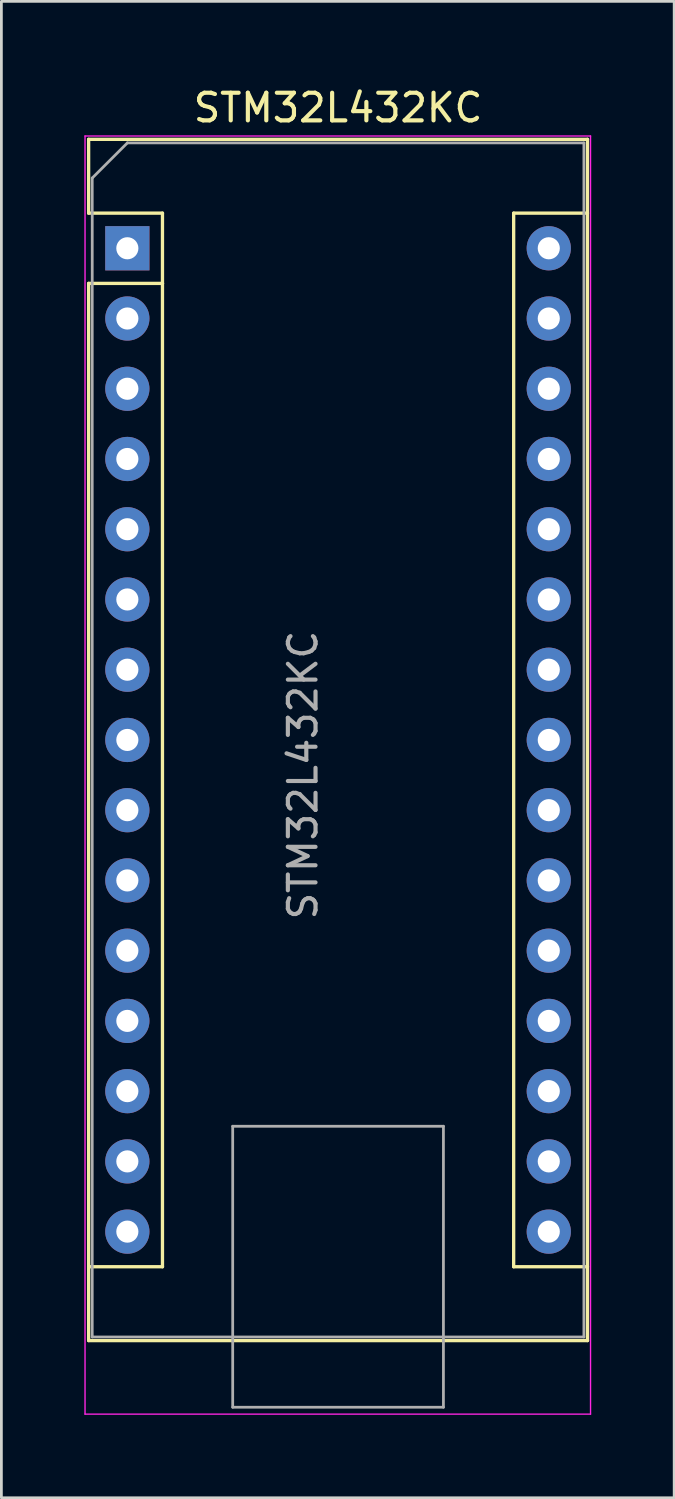
<source format=kicad_pcb>
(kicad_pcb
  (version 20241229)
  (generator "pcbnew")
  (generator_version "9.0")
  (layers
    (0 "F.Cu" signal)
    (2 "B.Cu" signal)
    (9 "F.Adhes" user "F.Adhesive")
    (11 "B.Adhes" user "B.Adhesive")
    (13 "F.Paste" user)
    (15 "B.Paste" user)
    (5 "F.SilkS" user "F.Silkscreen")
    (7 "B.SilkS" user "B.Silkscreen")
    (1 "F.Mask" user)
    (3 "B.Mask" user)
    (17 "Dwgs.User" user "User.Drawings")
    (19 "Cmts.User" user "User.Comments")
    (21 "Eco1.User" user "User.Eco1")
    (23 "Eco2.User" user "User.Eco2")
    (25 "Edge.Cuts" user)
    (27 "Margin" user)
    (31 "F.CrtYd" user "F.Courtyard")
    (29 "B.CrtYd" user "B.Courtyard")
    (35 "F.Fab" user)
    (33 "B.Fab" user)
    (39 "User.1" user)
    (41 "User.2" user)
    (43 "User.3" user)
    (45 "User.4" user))
  (footprint "STM32L432KC"
    (layer "F.Cu")
    (at 1.555 5.928)
    (property "Reference" "STM32L432KC" (at 7.62 -5.08 0) (layer "F.SilkS") (effects (font (size 1 1) (thickness 0.15))))
    (attr through_hole)
    (fp_line (start -1.4 -3.94) (end -1.4 -1.27) (stroke (width 0.12) (type solid)) (layer "F.SilkS"))
    (fp_line (start -1.4 1.27) (end -1.4 39.5) (stroke (width 0.12) (type solid)) (layer "F.SilkS"))
    (fp_line (start -1.4 39.5) (end 16.64 39.5) (stroke (width 0.12) (type solid)) (layer "F.SilkS"))
    (fp_line (start 1.27 -1.27) (end -1.4 -1.27) (stroke (width 0.12) (type solid)) (layer "F.SilkS"))
    (fp_line (start 1.27 1.27) (end -1.4 1.27) (stroke (width 0.12) (type solid)) (layer "F.SilkS"))
    (fp_line (start 1.27 1.27) (end 1.27 -1.27) (stroke (width 0.12) (type solid)) (layer "F.SilkS"))
    (fp_line (start 1.27 1.27) (end 1.27 36.83) (stroke (width 0.12) (type solid)) (layer "F.SilkS"))
    (fp_line (start 1.27 36.83) (end -1.4 36.83) (stroke (width 0.12) (type solid)) (layer "F.SilkS"))
    (fp_line (start 13.97 -1.27) (end 13.97 36.83) (stroke (width 0.12) (type solid)) (layer "F.SilkS"))
    (fp_line (start 13.97 -1.27) (end 16.64 -1.27) (stroke (width 0.12) (type solid)) (layer "F.SilkS"))
    (fp_line (start 13.97 36.83) (end 16.64 36.83) (stroke (width 0.12) (type solid)) (layer "F.SilkS"))
    (fp_line (start 16.64 -3.94) (end -1.4 -3.94) (stroke (width 0.12) (type solid)) (layer "F.SilkS"))
    (fp_line (start 16.64 39.5) (end 16.64 -3.94) (stroke (width 0.12) (type solid)) (layer "F.SilkS"))
    (fp_line (start -1.53 -4.06) (end -1.53 42.16) (stroke (width 0.05) (type solid)) (layer "F.CrtYd"))
    (fp_line (start -1.53 -4.06) (end 16.75 -4.06) (stroke (width 0.05) (type solid)) (layer "F.CrtYd"))
    (fp_line (start 16.75 42.16) (end -1.53 42.16) (stroke (width 0.05) (type solid)) (layer "F.CrtYd"))
    (fp_line (start 16.75 42.16) (end 16.75 -4.06) (stroke (width 0.05) (type solid)) (layer "F.CrtYd"))
    (fp_line (start -1.27 -2.54) (end 0 -3.81) (stroke (width 0.1) (type solid)) (layer "F.Fab"))
    (fp_line (start -1.27 39.37) (end -1.27 -2.54) (stroke (width 0.1) (type solid)) (layer "F.Fab"))
    (fp_line (start 0 -3.81) (end 16.51 -3.81) (stroke (width 0.1) (type solid)) (layer "F.Fab"))
    (fp_line (start 3.81 31.75) (end 11.43 31.75) (stroke (width 0.1) (type solid)) (layer "F.Fab"))
    (fp_line (start 3.81 41.91) (end 3.81 31.75) (stroke (width 0.1) (type solid)) (layer "F.Fab"))
    (fp_line (start 11.43 31.75) (end 11.43 41.91) (stroke (width 0.1) (type solid)) (layer "F.Fab"))
    (fp_line (start 11.43 41.91) (end 3.81 41.91) (stroke (width 0.1) (type solid)) (layer "F.Fab"))
    (fp_line (start 16.51 -3.81) (end 16.51 39.37) (stroke (width 0.1) (type solid)) (layer "F.Fab"))
    (fp_line (start 16.51 39.37) (end -1.27 39.37) (stroke (width 0.1) (type solid)) (layer "F.Fab"))
    (fp_text user "${REFERENCE}" (at 6.35 19.05 90) (layer "F.Fab") (effects (font (size 1 1) (thickness 0.15))))
    (pad "1" thru_hole rect (at 0 0) (size 1.6 1.6) (drill 0.8) (layers "*.Cu" "*.Mask"))
    (pad "2" thru_hole oval (at 0 2.54) (size 1.6 1.6) (drill 0.8) (layers "*.Cu" "*.Mask"))
    (pad "3" thru_hole oval (at 0 5.08) (size 1.6 1.6) (drill 0.8) (layers "*.Cu" "*.Mask"))
    (pad "4" thru_hole oval (at 0 7.62) (size 1.6 1.6) (drill 0.8) (layers "*.Cu" "*.Mask"))
    (pad "5" thru_hole oval (at 0 10.16) (size 1.6 1.6) (drill 0.8) (layers "*.Cu" "*.Mask"))
    (pad "6" thru_hole oval (at 0 12.7) (size 1.6 1.6) (drill 0.8) (layers "*.Cu" "*.Mask"))
    (pad "7" thru_hole oval (at 0 15.24) (size 1.6 1.6) (drill 0.8) (layers "*.Cu" "*.Mask"))
    (pad "8" thru_hole oval (at 0 17.78) (size 1.6 1.6) (drill 0.8) (layers "*.Cu" "*.Mask"))
    (pad "9" thru_hole oval (at 0 20.32) (size 1.6 1.6) (drill 0.8) (layers "*.Cu" "*.Mask"))
    (pad "10" thru_hole oval (at 0 22.86) (size 1.6 1.6) (drill 0.8) (layers "*.Cu" "*.Mask"))
    (pad "11" thru_hole oval (at 0 25.4) (size 1.6 1.6) (drill 0.8) (layers "*.Cu" "*.Mask"))
    (pad "12" thru_hole oval (at 0 27.94) (size 1.6 1.6) (drill 0.8) (layers "*.Cu" "*.Mask"))
    (pad "13" thru_hole oval (at 0 30.48) (size 1.6 1.6) (drill 0.8) (layers "*.Cu" "*.Mask"))
    (pad "14" thru_hole oval (at 0 33.02) (size 1.6 1.6) (drill 0.8) (layers "*.Cu" "*.Mask"))
    (pad "15" thru_hole oval (at 0 35.56) (size 1.6 1.6) (drill 0.8) (layers "*.Cu" "*.Mask"))
    (pad "16" thru_hole oval (at 15.24 0) (size 1.6 1.6) (drill 0.8) (layers "*.Cu" "*.Mask"))
    (pad "17" thru_hole oval (at 15.24 2.54) (size 1.6 1.6) (drill 0.8) (layers "*.Cu" "*.Mask"))
    (pad "18" thru_hole oval (at 15.24 5.08) (size 1.6 1.6) (drill 0.8) (layers "*.Cu" "*.Mask"))
    (pad "19" thru_hole oval (at 15.24 7.62) (size 1.6 1.6) (drill 0.8) (layers "*.Cu" "*.Mask"))
    (pad "20" thru_hole oval (at 15.24 10.16) (size 1.6 1.6) (drill 0.8) (layers "*.Cu" "*.Mask"))
    (pad "21" thru_hole oval (at 15.24 12.7) (size 1.6 1.6) (drill 0.8) (layers "*.Cu" "*.Mask"))
    (pad "22" thru_hole oval (at 15.24 15.24) (size 1.6 1.6) (drill 0.8) (layers "*.Cu" "*.Mask"))
    (pad "23" thru_hole oval (at 15.24 17.78) (size 1.6 1.6) (drill 0.8) (layers "*.Cu" "*.Mask"))
    (pad "24" thru_hole oval (at 15.24 20.32) (size 1.6 1.6) (drill 0.8) (layers "*.Cu" "*.Mask"))
    (pad "25" thru_hole oval (at 15.24 22.86) (size 1.6 1.6) (drill 0.8) (layers "*.Cu" "*.Mask"))
    (pad "26" thru_hole oval (at 15.24 25.4) (size 1.6 1.6) (drill 0.8) (layers "*.Cu" "*.Mask"))
    (pad "27" thru_hole oval (at 15.24 27.94) (size 1.6 1.6) (drill 0.8) (layers "*.Cu" "*.Mask"))
    (pad "28" thru_hole oval (at 15.24 30.48) (size 1.6 1.6) (drill 0.8) (layers "*.Cu" "*.Mask"))
    (pad "29" thru_hole oval (at 15.24 33.02) (size 1.6 1.6) (drill 0.8) (layers "*.Cu" "*.Mask"))
    (pad "30" thru_hole oval (at 15.24 35.56) (size 1.6 1.6) (drill 0.8) (layers "*.Cu" "*.Mask")))
  (gr_rect
    (start -3 -3)
    (end 21.33 51.113)
    (stroke (width 0.1) (type default))
    (fill no)
    (layer "Edge.Cuts")))
</source>
